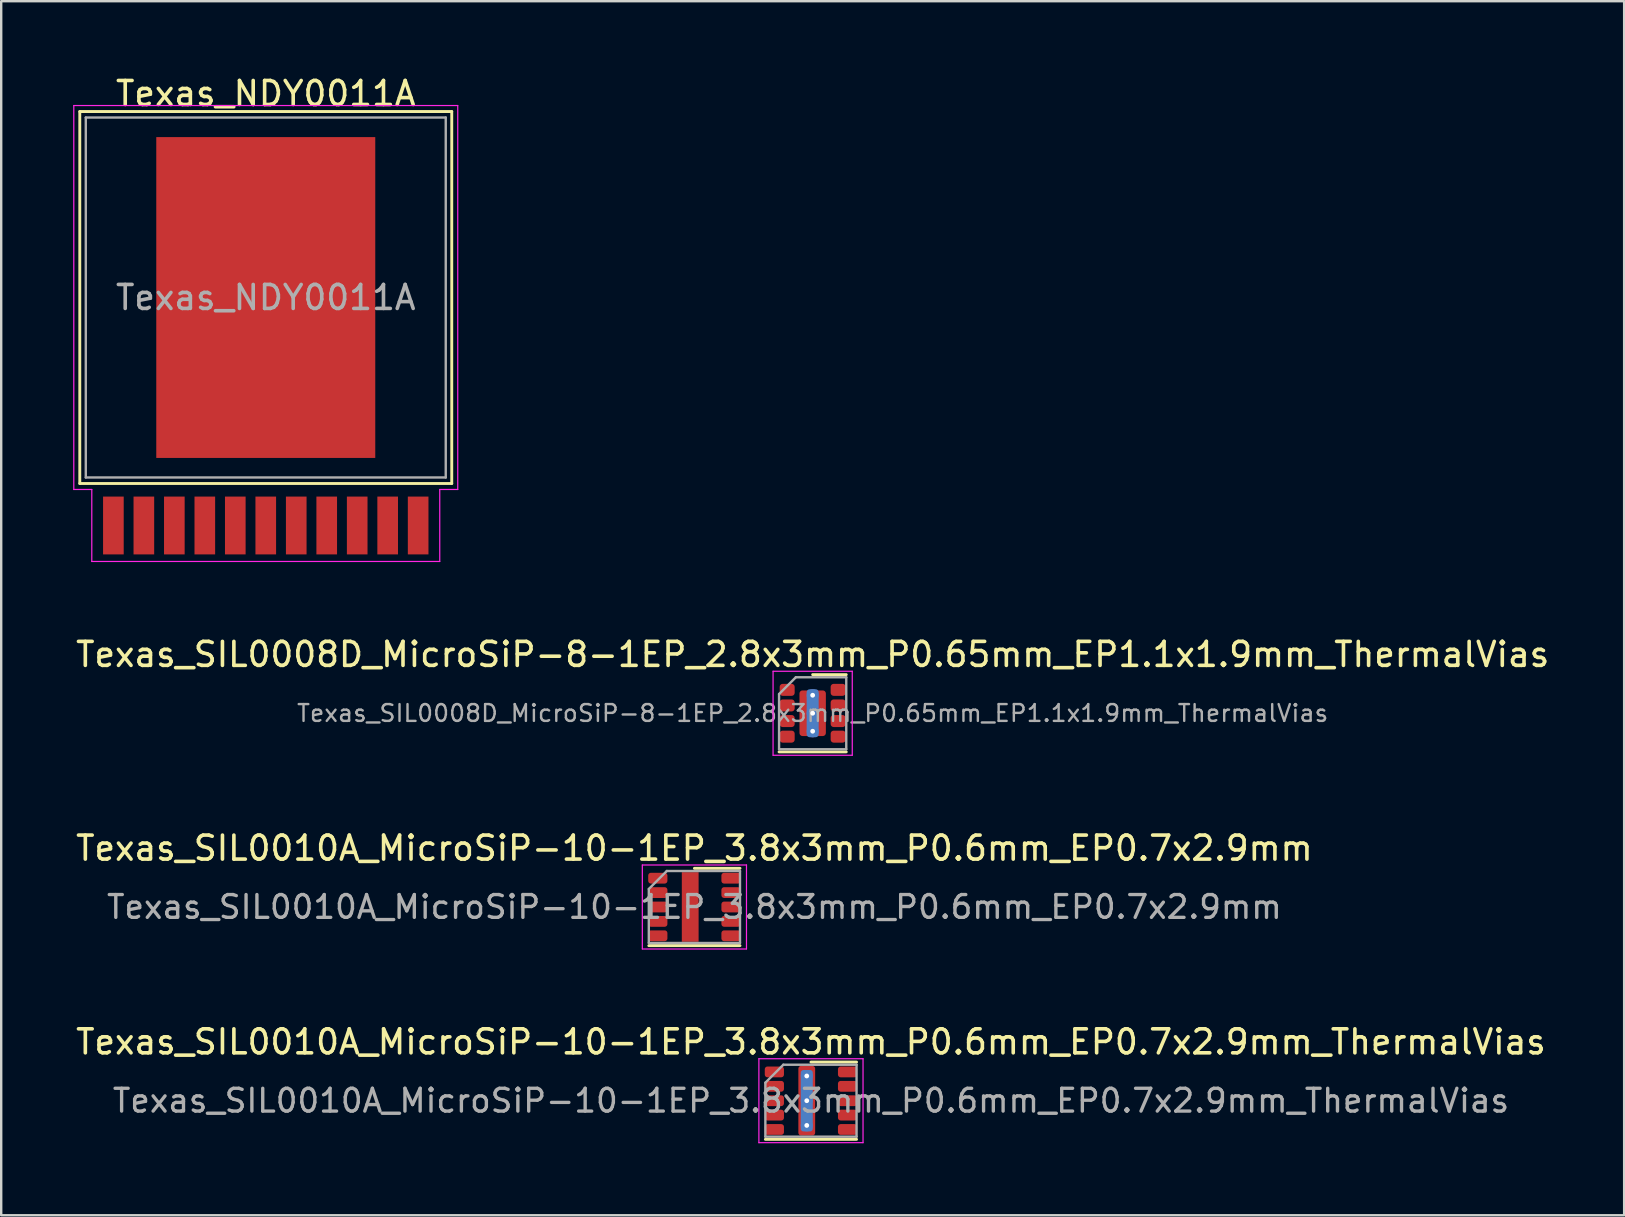
<source format=kicad_pcb>
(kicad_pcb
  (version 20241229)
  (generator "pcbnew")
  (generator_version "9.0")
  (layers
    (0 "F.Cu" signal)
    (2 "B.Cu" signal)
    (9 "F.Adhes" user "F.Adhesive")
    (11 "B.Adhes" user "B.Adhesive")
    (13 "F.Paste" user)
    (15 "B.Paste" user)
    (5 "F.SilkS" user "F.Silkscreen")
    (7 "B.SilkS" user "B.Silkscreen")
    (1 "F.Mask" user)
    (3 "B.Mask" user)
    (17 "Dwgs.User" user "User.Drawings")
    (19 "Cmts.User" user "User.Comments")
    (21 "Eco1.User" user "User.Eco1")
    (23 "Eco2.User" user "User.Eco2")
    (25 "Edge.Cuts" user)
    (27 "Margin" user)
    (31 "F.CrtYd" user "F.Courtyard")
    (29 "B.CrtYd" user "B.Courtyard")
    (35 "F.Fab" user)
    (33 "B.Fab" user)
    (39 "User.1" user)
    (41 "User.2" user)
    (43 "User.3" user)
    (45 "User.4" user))
  (footprint "Texas_SIL0010A_MicroSiP-10-1EP_3.8x3mm_P0.6mm_EP0.7x2.9mm"
    (layer "F.Cu")
    (at 25.887 34.745)
    (property "Reference" "Texas_SIL0010A_MicroSiP-10-1EP_3.8x3mm_P0.6mm_EP0.7x2.9mm" (at 0 -2.45 0) (layer "F.SilkS") (effects (font (size 1 1) (thickness 0.15))))
    (attr smd)
    (fp_line (start -1.9 1.61) (end 1.9 1.61) (stroke (width 0.12) (type solid)) (layer "F.SilkS"))
    (fp_line (start 0 -1.61) (end 1.9 -1.61) (stroke (width 0.12) (type solid)) (layer "F.SilkS"))
    (fp_line (start -2.17 -1.75) (end -2.17 1.75) (stroke (width 0.05) (type solid)) (layer "F.CrtYd"))
    (fp_line (start -2.17 1.75) (end 2.17 1.75) (stroke (width 0.05) (type solid)) (layer "F.CrtYd"))
    (fp_line (start 2.17 -1.75) (end -2.17 -1.75) (stroke (width 0.05) (type solid)) (layer "F.CrtYd"))
    (fp_line (start 2.17 1.75) (end 2.17 -1.75) (stroke (width 0.05) (type solid)) (layer "F.CrtYd"))
    (fp_line (start -1.9 -0.75) (end -1.15 -1.5) (stroke (width 0.1) (type solid)) (layer "F.Fab"))
    (fp_line (start -1.9 1.5) (end -1.9 -0.75) (stroke (width 0.1) (type solid)) (layer "F.Fab"))
    (fp_line (start -1.15 -1.5) (end 1.9 -1.5) (stroke (width 0.1) (type solid)) (layer "F.Fab"))
    (fp_line (start 1.9 -1.5) (end 1.9 1.5) (stroke (width 0.1) (type solid)) (layer "F.Fab"))
    (fp_line (start 1.9 1.5) (end -1.9 1.5) (stroke (width 0.1) (type solid)) (layer "F.Fab"))
    (fp_text user "${REFERENCE}" (at 0 0 0) (layer "F.Fab") (effects (font (size 0.95 0.95) (thickness 0.14))))
    (pad "" smd roundrect (at -0.175 -0.97) (size 0.56 0.78) (layers "F.Paste") (roundrect_rratio 0.25))
    (pad "" smd roundrect (at -0.175 0) (size 0.56 0.78) (layers "F.Paste") (roundrect_rratio 0.25))
    (pad "" smd roundrect (at -0.175 0.97) (size 0.56 0.78) (layers "F.Paste") (roundrect_rratio 0.25))
    (pad "1" smd roundrect (at -1.525 -1.2) (size 0.8 0.45) (layers "F.Cu" "F.Mask" "F.Paste") (roundrect_rratio 0.25))
    (pad "2" smd roundrect (at -1.525 -0.6) (size 0.8 0.45) (layers "F.Cu" "F.Mask" "F.Paste") (roundrect_rratio 0.25))
    (pad "3" smd roundrect (at -1.525 0) (size 0.8 0.45) (layers "F.Cu" "F.Mask" "F.Paste") (roundrect_rratio 0.25))
    (pad "4" smd roundrect (at -1.525 0.6) (size 0.8 0.45) (layers "F.Cu" "F.Mask" "F.Paste") (roundrect_rratio 0.25))
    (pad "5" smd roundrect (at -1.525 1.2) (size 0.8 0.45) (layers "F.Cu" "F.Mask" "F.Paste") (roundrect_rratio 0.25))
    (pad "6" smd roundrect (at 1.525 1.2) (size 0.8 0.45) (layers "F.Cu" "F.Mask" "F.Paste") (roundrect_rratio 0.25))
    (pad "7" smd roundrect (at 1.525 0.6) (size 0.8 0.45) (layers "F.Cu" "F.Mask" "F.Paste") (roundrect_rratio 0.25))
    (pad "8" smd roundrect (at 1.525 0) (size 0.8 0.45) (layers "F.Cu" "F.Mask" "F.Paste") (roundrect_rratio 0.25))
    (pad "9" smd roundrect (at 1.525 -0.6) (size 0.8 0.45) (layers "F.Cu" "F.Mask" "F.Paste") (roundrect_rratio 0.25))
    (pad "10" smd roundrect (at 1.525 -1.2) (size 0.8 0.45) (layers "F.Cu" "F.Mask" "F.Paste") (roundrect_rratio 0.25))
    (pad "11" smd rect (at -0.175 0) (size 0.7 2.9) (layers "F.Cu" "F.Mask")))
  (footprint "Texas_SIL0008D_MicroSiP-8-1EP_2.8x3mm_P0.65mm_EP1.1x1.9mm_ThermalVias"
    (layer "F.Cu")
    (at 30.815 26.672)
    (property "Reference" "Texas_SIL0008D_MicroSiP-8-1EP_2.8x3mm_P0.65mm_EP1.1x1.9mm_ThermalVias" (at 0 -2.45 0) (layer "F.SilkS") (effects (font (size 1 1) (thickness 0.15))))
    (attr smd)
    (fp_line (start -1.4 1.61) (end 1.4 1.61) (stroke (width 0.12) (type solid)) (layer "F.SilkS"))
    (fp_line (start 0 -1.61) (end 1.4 -1.61) (stroke (width 0.12) (type solid)) (layer "F.SilkS"))
    (fp_line (start -1.65 -1.75) (end -1.65 1.75) (stroke (width 0.05) (type solid)) (layer "F.CrtYd"))
    (fp_line (start -1.65 1.75) (end 1.65 1.75) (stroke (width 0.05) (type solid)) (layer "F.CrtYd"))
    (fp_line (start 1.65 -1.75) (end -1.65 -1.75) (stroke (width 0.05) (type solid)) (layer "F.CrtYd"))
    (fp_line (start 1.65 1.75) (end 1.65 -1.75) (stroke (width 0.05) (type solid)) (layer "F.CrtYd"))
    (fp_line (start -1.4 -0.8) (end -0.7 -1.5) (stroke (width 0.1) (type solid)) (layer "F.Fab"))
    (fp_line (start -1.4 1.5) (end -1.4 -0.8) (stroke (width 0.1) (type solid)) (layer "F.Fab"))
    (fp_line (start -0.7 -1.5) (end 1.4 -1.5) (stroke (width 0.1) (type solid)) (layer "F.Fab"))
    (fp_line (start 1.4 -1.5) (end 1.4 1.5) (stroke (width 0.1) (type solid)) (layer "F.Fab"))
    (fp_line (start 1.4 1.5) (end -1.4 1.5) (stroke (width 0.1) (type solid)) (layer "F.Fab"))
    (fp_text user "${REFERENCE}" (at 0 0 0) (layer "F.Fab") (effects (font (size 0.7 0.7) (thickness 0.1))))
    (pad "" smd roundrect (at 0 -0.63) (size 0.95 0.55) (layers "F.Paste") (roundrect_rratio 0.25))
    (pad "" smd roundrect (at 0 0) (size 0.95 0.55) (layers "F.Paste") (roundrect_rratio 0.25))
    (pad "" smd roundrect (at 0 0.63) (size 0.95 0.55) (layers "F.Paste") (roundrect_rratio 0.25))
    (pad "1" smd roundrect (at -1.062 -0.975) (size 0.625 0.5) (layers "F.Cu" "F.Mask" "F.Paste") (roundrect_rratio 0.25))
    (pad "2" smd roundrect (at -1.062 -0.325) (size 0.625 0.5) (layers "F.Cu" "F.Mask" "F.Paste") (roundrect_rratio 0.25))
    (pad "3" smd roundrect (at -1.062 0.325) (size 0.625 0.5) (layers "F.Cu" "F.Mask" "F.Paste") (roundrect_rratio 0.25))
    (pad "4" smd roundrect (at -1.062 0.975) (size 0.625 0.5) (layers "F.Cu" "F.Mask" "F.Paste") (roundrect_rratio 0.25))
    (pad "5" smd roundrect (at 1.062 0.975) (size 0.625 0.5) (layers "F.Cu" "F.Mask" "F.Paste") (roundrect_rratio 0.25))
    (pad "6" smd roundrect (at 1.062 0.325) (size 0.625 0.5) (layers "F.Cu" "F.Mask" "F.Paste") (roundrect_rratio 0.25))
    (pad "7" smd roundrect (at 1.062 -0.325) (size 0.625 0.5) (layers "F.Cu" "F.Mask" "F.Paste") (roundrect_rratio 0.25))
    (pad "8" smd roundrect (at 1.062 -0.975) (size 0.625 0.5) (layers "F.Cu" "F.Mask" "F.Paste") (roundrect_rratio 0.25))
    (pad "9" thru_hole circle (at 0 -0.75) (size 0.5 0.5) (drill 0.2) (layers "*.Cu"))
    (pad "9" thru_hole circle (at 0 0) (size 0.5 0.5) (drill 0.2) (layers "*.Cu"))
    (pad "9" smd roundrect (at 0 0) (size 0.5 2) (layers "B.Cu") (roundrect_rratio 0.25))
    (pad "9" smd roundrect (at 0 0) (size 1.1 1.9) (layers "F.Cu" "F.Mask") (roundrect_rratio 0.114))
    (pad "9" thru_hole circle (at 0 0.75) (size 0.5 0.5) (drill 0.2) (layers "*.Cu")))
  (footprint "Texas_NDY0011A"
    (layer "F.Cu")
    (at 8.025 9.348)
    (property "Reference" "Texas_NDY0011A" (at 0 -8.5 0) (layer "F.SilkS") (effects (font (size 1 1) (thickness 0.15))))
    (attr smd)
    (fp_line (start -7.75 -7.75) (end 7.75 -7.75) (stroke (width 0.12) (type solid)) (layer "F.SilkS"))
    (fp_line (start -7.75 7.75) (end -7.75 -7.75) (stroke (width 0.12) (type solid)) (layer "F.SilkS"))
    (fp_line (start -7.75 7.75) (end 7.75 7.75) (stroke (width 0.12) (type solid)) (layer "F.SilkS"))
    (fp_line (start 7.75 -7.75) (end 7.75 7.75) (stroke (width 0.12) (type solid)) (layer "F.SilkS"))
    (fp_line (start -8 -8) (end 8 -8) (stroke (width 0.05) (type solid)) (layer "F.CrtYd"))
    (fp_line (start -8 8) (end -8 -8) (stroke (width 0.05) (type solid)) (layer "F.CrtYd"))
    (fp_line (start -7.25 8) (end -8 8) (stroke (width 0.05) (type solid)) (layer "F.CrtYd"))
    (fp_line (start -7.25 11) (end -7.25 8) (stroke (width 0.05) (type solid)) (layer "F.CrtYd"))
    (fp_line (start 7.25 8) (end 7.25 11) (stroke (width 0.05) (type solid)) (layer "F.CrtYd"))
    (fp_line (start 7.25 11) (end -7.25 11) (stroke (width 0.05) (type solid)) (layer "F.CrtYd"))
    (fp_line (start 8 -8) (end 8 8) (stroke (width 0.05) (type solid)) (layer "F.CrtYd"))
    (fp_line (start 8 8) (end 7.25 8) (stroke (width 0.05) (type solid)) (layer "F.CrtYd"))
    (fp_line (start -7.5 -7.5) (end 7.5 -7.5) (stroke (width 0.1) (type solid)) (layer "F.Fab"))
    (fp_line (start -7.5 7.5) (end -7.5 -7.5) (stroke (width 0.1) (type solid)) (layer "F.Fab"))
    (fp_line (start 7.5 -7.5) (end 7.5 7.5) (stroke (width 0.1) (type solid)) (layer "F.Fab"))
    (fp_line (start 7.5 7.5) (end -7.5 7.5) (stroke (width 0.1) (type solid)) (layer "F.Fab"))
    (fp_text user "${REFERENCE}" (at 0 0 0) (layer "F.Fab") (effects (font (size 1 1) (thickness 0.15))))
    (pad "1" smd rect (at -6.35 9.5) (size 0.86 2.41) (layers "F.Cu" "F.Mask" "F.Paste"))
    (pad "2" smd rect (at -5.08 9.5) (size 0.86 2.41) (layers "F.Cu" "F.Mask" "F.Paste"))
    (pad "3" smd rect (at -3.81 9.5) (size 0.86 2.41) (layers "F.Cu" "F.Mask" "F.Paste"))
    (pad "4" smd rect (at -2.54 9.5) (size 0.86 2.41) (layers "F.Cu" "F.Mask" "F.Paste"))
    (pad "5" smd rect (at -1.27 9.5) (size 0.86 2.41) (layers "F.Cu" "F.Mask" "F.Paste"))
    (pad "6" smd rect (at 0 9.5) (size 0.86 2.41) (layers "F.Cu" "F.Mask" "F.Paste"))
    (pad "7" smd rect (at 1.27 9.5) (size 0.86 2.41) (layers "F.Cu" "F.Mask" "F.Paste"))
    (pad "8" smd rect (at 2.54 9.5) (size 0.86 2.41) (layers "F.Cu" "F.Mask" "F.Paste"))
    (pad "9" smd rect (at 3.81 9.5) (size 0.86 2.41) (layers "F.Cu" "F.Mask" "F.Paste"))
    (pad "10" smd rect (at 5.08 9.5) (size 0.86 2.41) (layers "F.Cu" "F.Mask" "F.Paste"))
    (pad "11" smd rect (at 6.35 9.5) (size 0.86 2.41) (layers "F.Cu" "F.Mask" "F.Paste"))
    (pad "12" smd rect (at 0 0) (size 9.126 13.37) (layers "F.Cu" "F.Mask" "F.Paste")))
  (footprint "Texas_SIL0010A_MicroSiP-10-1EP_3.8x3mm_P0.6mm_EP0.7x2.9mm_ThermalVias"
    (layer "F.Cu")
    (at 30.744 42.818)
    (property "Reference" "Texas_SIL0010A_MicroSiP-10-1EP_3.8x3mm_P0.6mm_EP0.7x2.9mm_ThermalVias" (at 0 -2.45 0) (layer "F.SilkS") (effects (font (size 1 1) (thickness 0.15))))
    (attr smd)
    (fp_line (start -1.9 1.61) (end 1.9 1.61) (stroke (width 0.12) (type solid)) (layer "F.SilkS"))
    (fp_line (start 0 -1.61) (end 1.9 -1.61) (stroke (width 0.12) (type solid)) (layer "F.SilkS"))
    (fp_line (start -2.17 -1.75) (end -2.17 1.75) (stroke (width 0.05) (type solid)) (layer "F.CrtYd"))
    (fp_line (start -2.17 1.75) (end 2.17 1.75) (stroke (width 0.05) (type solid)) (layer "F.CrtYd"))
    (fp_line (start 2.17 -1.75) (end -2.17 -1.75) (stroke (width 0.05) (type solid)) (layer "F.CrtYd"))
    (fp_line (start 2.17 1.75) (end 2.17 -1.75) (stroke (width 0.05) (type solid)) (layer "F.CrtYd"))
    (fp_line (start -1.9 -0.75) (end -1.15 -1.5) (stroke (width 0.1) (type solid)) (layer "F.Fab"))
    (fp_line (start -1.9 1.5) (end -1.9 -0.75) (stroke (width 0.1) (type solid)) (layer "F.Fab"))
    (fp_line (start -1.15 -1.5) (end 1.9 -1.5) (stroke (width 0.1) (type solid)) (layer "F.Fab"))
    (fp_line (start 1.9 -1.5) (end 1.9 1.5) (stroke (width 0.1) (type solid)) (layer "F.Fab"))
    (fp_line (start 1.9 1.5) (end -1.9 1.5) (stroke (width 0.1) (type solid)) (layer "F.Fab"))
    (fp_text user "${REFERENCE}" (at 0 0 0) (layer "F.Fab") (effects (font (size 0.95 0.95) (thickness 0.14))))
    (pad "" smd roundrect (at -0.175 -0.97) (size 0.65 0.9) (layers "F.Paste") (roundrect_rratio 0.25))
    (pad "" smd roundrect (at -0.175 0) (size 0.65 0.9) (layers "F.Paste") (roundrect_rratio 0.25))
    (pad "" smd roundrect (at -0.175 0.97) (size 0.65 0.9) (layers "F.Paste") (roundrect_rratio 0.25))
    (pad "1" smd roundrect (at -1.525 -1.2) (size 0.8 0.45) (layers "F.Cu" "F.Mask" "F.Paste") (roundrect_rratio 0.25))
    (pad "2" smd roundrect (at -1.525 -0.6) (size 0.8 0.45) (layers "F.Cu" "F.Mask" "F.Paste") (roundrect_rratio 0.25))
    (pad "3" smd roundrect (at -1.525 0) (size 0.8 0.45) (layers "F.Cu" "F.Mask" "F.Paste") (roundrect_rratio 0.25))
    (pad "4" smd roundrect (at -1.525 0.6) (size 0.8 0.45) (layers "F.Cu" "F.Mask" "F.Paste") (roundrect_rratio 0.25))
    (pad "5" smd roundrect (at -1.525 1.2) (size 0.8 0.45) (layers "F.Cu" "F.Mask" "F.Paste") (roundrect_rratio 0.25))
    (pad "6" smd roundrect (at 1.525 1.2) (size 0.8 0.45) (layers "F.Cu" "F.Mask" "F.Paste") (roundrect_rratio 0.25))
    (pad "7" smd roundrect (at 1.525 0.6) (size 0.8 0.45) (layers "F.Cu" "F.Mask" "F.Paste") (roundrect_rratio 0.25))
    (pad "8" smd roundrect (at 1.525 0) (size 0.8 0.45) (layers "F.Cu" "F.Mask" "F.Paste") (roundrect_rratio 0.25))
    (pad "9" smd roundrect (at 1.525 -0.6) (size 0.8 0.45) (layers "F.Cu" "F.Mask" "F.Paste") (roundrect_rratio 0.25))
    (pad "10" smd roundrect (at 1.525 -1.2) (size 0.8 0.45) (layers "F.Cu" "F.Mask" "F.Paste") (roundrect_rratio 0.25))
    (pad "11" thru_hole circle (at -0.175 -1.03) (size 0.5 0.5) (drill 0.2) (layers "*.Cu"))
    (pad "11" thru_hole circle (at -0.175 0) (size 0.5 0.5) (drill 0.2) (layers "*.Cu"))
    (pad "11" smd roundrect (at -0.175 0) (size 0.5 2.56) (layers "B.Cu") (roundrect_rratio 0.225))
    (pad "11" smd roundrect (at -0.175 0) (size 0.7 2.9) (layers "F.Cu" "F.Mask") (roundrect_rratio 0.161))
    (pad "11" thru_hole circle (at -0.175 1.03) (size 0.5 0.5) (drill 0.2) (layers "*.Cu")))
  (gr_rect
    (start -3 -3)
    (end 64.631 47.593)
    (stroke (width 0.1) (type default))
    (fill no)
    (layer "Edge.Cuts")))
</source>
